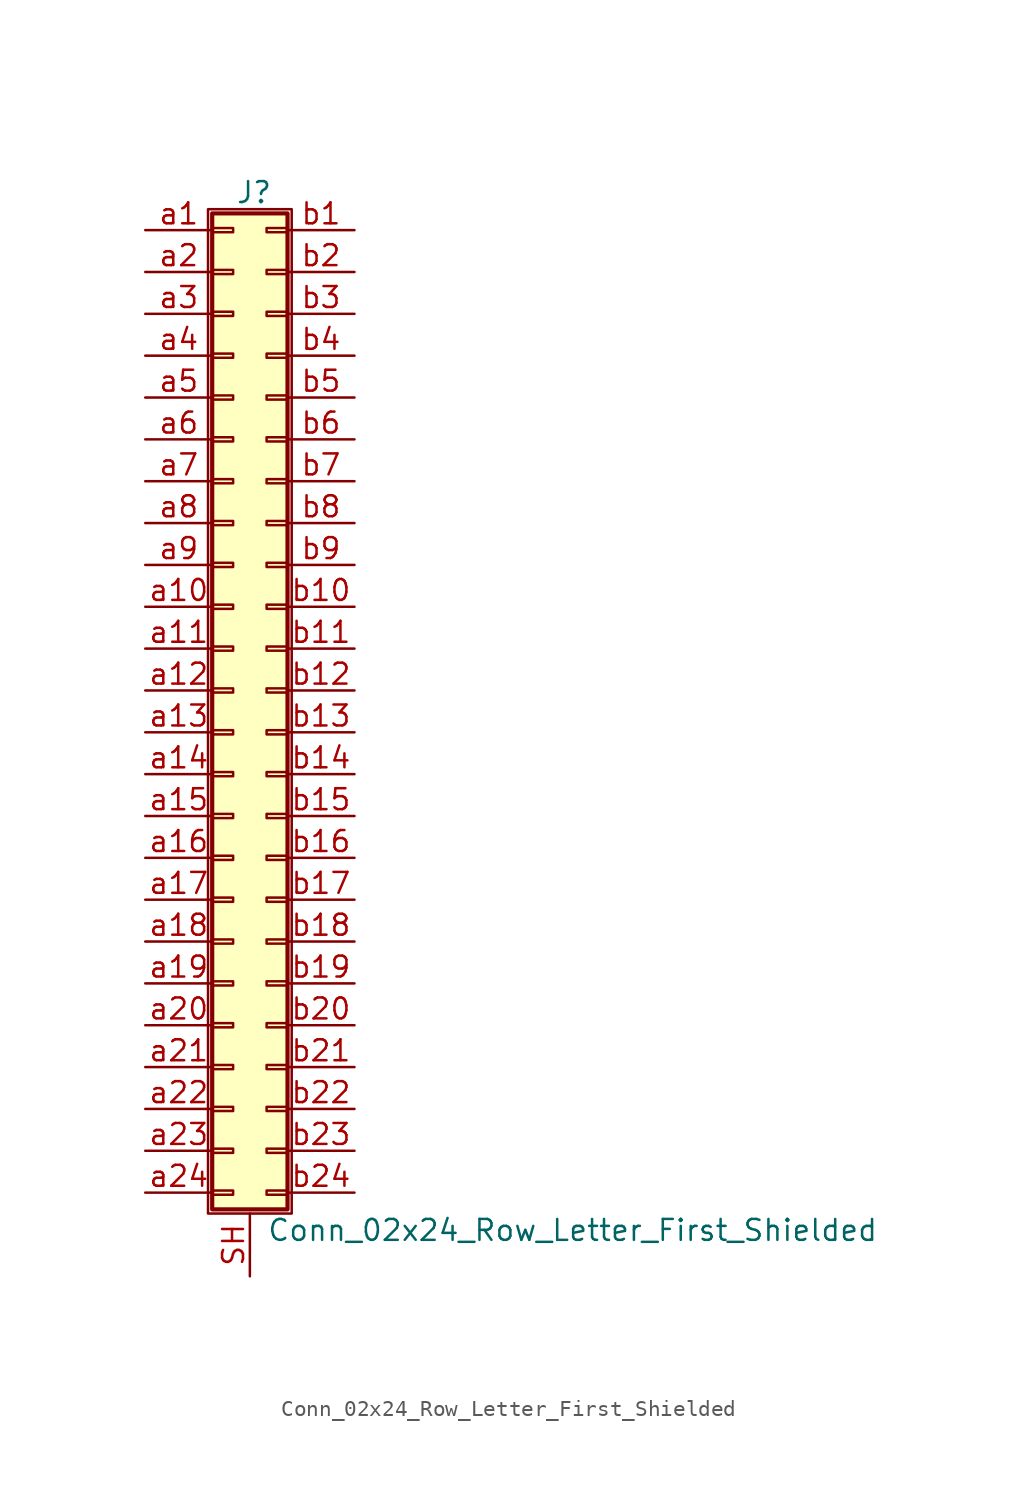
<source format=kicad_sym>
(kicad_symbol_lib
  (version 20211014)
  (generator kicad_symbol_editor)
  (symbol "Conn_02x24_Row_Letter_First_Shielded"
    (pin_names
      (offset 1.016) hide)
    (property "Reference" "J"
      (at 1.524 30.226 0)
      (effects (font (size 1.27 1.27))))
    (property "Value" "Conn_02x24_Row_Letter_First_Shielded"
      (at 2.286 -32.766 0)
      (effects (font (size 1.27 1.27)) (justify left)))
    (symbol "Conn_02x24_Row_Letter_First_Shielded_1_1"
      (rectangle (start -1.27 29.21) (end 3.81 -31.75) (stroke (width 0.152) (type default) (color 0 0 0 0)) (fill (type none)))
      (rectangle (start -1.016 -30.353) (end 0.254 -30.607) (stroke (width 0.152) (type default) (color 0 0 0 0)) (fill (type none)))
      (rectangle (start -1.016 -27.813) (end 0.254 -28.067) (stroke (width 0.152) (type default) (color 0 0 0 0)) (fill (type none)))
      (rectangle (start -1.016 -25.273) (end 0.254 -25.527) (stroke (width 0.152) (type default) (color 0 0 0 0)) (fill (type none)))
      (rectangle (start -1.016 -22.733) (end 0.254 -22.987) (stroke (width 0.152) (type default) (color 0 0 0 0)) (fill (type none)))
      (rectangle (start -1.016 -20.193) (end 0.254 -20.447) (stroke (width 0.152) (type default) (color 0 0 0 0)) (fill (type none)))
      (rectangle (start -1.016 -17.653) (end 0.254 -17.907) (stroke (width 0.152) (type default) (color 0 0 0 0)) (fill (type none)))
      (rectangle (start -1.016 -15.113) (end 0.254 -15.367) (stroke (width 0.152) (type default) (color 0 0 0 0)) (fill (type none)))
      (rectangle (start -1.016 -12.573) (end 0.254 -12.827) (stroke (width 0.152) (type default) (color 0 0 0 0)) (fill (type none)))
      (rectangle (start -1.016 -10.033) (end 0.254 -10.287) (stroke (width 0.152) (type default) (color 0 0 0 0)) (fill (type none)))
      (rectangle (start -1.016 -7.493) (end 0.254 -7.747) (stroke (width 0.152) (type default) (color 0 0 0 0)) (fill (type none)))
      (rectangle (start -1.016 -4.953) (end 0.254 -5.207) (stroke (width 0.152) (type default) (color 0 0 0 0)) (fill (type none)))
      (rectangle (start -1.016 -2.413) (end 0.254 -2.667) (stroke (width 0.152) (type default) (color 0 0 0 0)) (fill (type none)))
      (rectangle (start -1.016 0.127) (end 0.254 -0.127) (stroke (width 0.152) (type default) (color 0 0 0 0)) (fill (type none)))
      (rectangle (start -1.016 2.667) (end 0.254 2.413) (stroke (width 0.152) (type default) (color 0 0 0 0)) (fill (type none)))
      (rectangle (start -1.016 5.207) (end 0.254 4.953) (stroke (width 0.152) (type default) (color 0 0 0 0)) (fill (type none)))
      (rectangle (start -1.016 7.747) (end 0.254 7.493) (stroke (width 0.152) (type default) (color 0 0 0 0)) (fill (type none)))
      (rectangle (start -1.016 10.287) (end 0.254 10.033) (stroke (width 0.152) (type default) (color 0 0 0 0)) (fill (type none)))
      (rectangle (start -1.016 12.827) (end 0.254 12.573) (stroke (width 0.152) (type default) (color 0 0 0 0)) (fill (type none)))
      (rectangle (start -1.016 15.367) (end 0.254 15.113) (stroke (width 0.152) (type default) (color 0 0 0 0)) (fill (type none)))
      (rectangle (start -1.016 17.907) (end 0.254 17.653) (stroke (width 0.152) (type default) (color 0 0 0 0)) (fill (type none)))
      (rectangle (start -1.016 20.447) (end 0.254 20.193) (stroke (width 0.152) (type default) (color 0 0 0 0)) (fill (type none)))
      (rectangle (start -1.016 22.987) (end 0.254 22.733) (stroke (width 0.152) (type default) (color 0 0 0 0)) (fill (type none)))
      (rectangle (start -1.016 25.527) (end 0.254 25.273) (stroke (width 0.152) (type default) (color 0 0 0 0)) (fill (type none)))
      (rectangle (start -1.016 28.067) (end 0.254 27.813) (stroke (width 0.152) (type default) (color 0 0 0 0)) (fill (type none)))
      (rectangle (start -1.016 28.956) (end 3.556 -31.496) (stroke (width 0.254) (type default) (color 0 0 0 0)) (fill (type background)))
      (rectangle (start 3.556 -30.353) (end 2.286 -30.607) (stroke (width 0.152) (type default) (color 0 0 0 0)) (fill (type none)))
      (rectangle (start 3.556 -27.813) (end 2.286 -28.067) (stroke (width 0.152) (type default) (color 0 0 0 0)) (fill (type none)))
      (rectangle (start 3.556 -25.273) (end 2.286 -25.527) (stroke (width 0.152) (type default) (color 0 0 0 0)) (fill (type none)))
      (rectangle (start 3.556 -22.733) (end 2.286 -22.987) (stroke (width 0.152) (type default) (color 0 0 0 0)) (fill (type none)))
      (rectangle (start 3.556 -20.193) (end 2.286 -20.447) (stroke (width 0.152) (type default) (color 0 0 0 0)) (fill (type none)))
      (rectangle (start 3.556 -17.653) (end 2.286 -17.907) (stroke (width 0.152) (type default) (color 0 0 0 0)) (fill (type none)))
      (rectangle (start 3.556 -15.113) (end 2.286 -15.367) (stroke (width 0.152) (type default) (color 0 0 0 0)) (fill (type none)))
      (rectangle (start 3.556 -12.573) (end 2.286 -12.827) (stroke (width 0.152) (type default) (color 0 0 0 0)) (fill (type none)))
      (rectangle (start 3.556 -10.033) (end 2.286 -10.287) (stroke (width 0.152) (type default) (color 0 0 0 0)) (fill (type none)))
      (rectangle (start 3.556 -7.493) (end 2.286 -7.747) (stroke (width 0.152) (type default) (color 0 0 0 0)) (fill (type none)))
      (rectangle (start 3.556 -4.953) (end 2.286 -5.207) (stroke (width 0.152) (type default) (color 0 0 0 0)) (fill (type none)))
      (rectangle (start 3.556 -2.413) (end 2.286 -2.667) (stroke (width 0.152) (type default) (color 0 0 0 0)) (fill (type none)))
      (rectangle (start 3.556 0.127) (end 2.286 -0.127) (stroke (width 0.152) (type default) (color 0 0 0 0)) (fill (type none)))
      (rectangle (start 3.556 2.667) (end 2.286 2.413) (stroke (width 0.152) (type default) (color 0 0 0 0)) (fill (type none)))
      (rectangle (start 3.556 5.207) (end 2.286 4.953) (stroke (width 0.152) (type default) (color 0 0 0 0)) (fill (type none)))
      (rectangle (start 3.556 7.747) (end 2.286 7.493) (stroke (width 0.152) (type default) (color 0 0 0 0)) (fill (type none)))
      (rectangle (start 3.556 10.287) (end 2.286 10.033) (stroke (width 0.152) (type default) (color 0 0 0 0)) (fill (type none)))
      (rectangle (start 3.556 12.827) (end 2.286 12.573) (stroke (width 0.152) (type default) (color 0 0 0 0)) (fill (type none)))
      (rectangle (start 3.556 15.367) (end 2.286 15.113) (stroke (width 0.152) (type default) (color 0 0 0 0)) (fill (type none)))
      (rectangle (start 3.556 17.907) (end 2.286 17.653) (stroke (width 0.152) (type default) (color 0 0 0 0)) (fill (type none)))
      (rectangle (start 3.556 20.447) (end 2.286 20.193) (stroke (width 0.152) (type default) (color 0 0 0 0)) (fill (type none)))
      (rectangle (start 3.556 22.987) (end 2.286 22.733) (stroke (width 0.152) (type default) (color 0 0 0 0)) (fill (type none)))
      (rectangle (start 3.556 25.527) (end 2.286 25.273) (stroke (width 0.152) (type default) (color 0 0 0 0)) (fill (type none)))
      (rectangle (start 3.556 28.067) (end 2.286 27.813) (stroke (width 0.152) (type default) (color 0 0 0 0)) (fill (type none)))
      (pin passive line (at 1.27 -35.56 90) (length 3.81) (name "Shield" (effects (font (size 1.27 1.27)))) (number "SH" (effects (font (size 1.27 1.27)))))
      (pin passive line (at -5.08 27.94 0) (length 4.064) (name "Pin_a1" (effects (font (size 1.27 1.27)))) (number "a1" (effects (font (size 1.27 1.27)))))
      (pin passive line (at -5.08 5.08 0) (length 4.064) (name "Pin_a10" (effects (font (size 1.27 1.27)))) (number "a10" (effects (font (size 1.27 1.27)))))
      (pin passive line (at -5.08 2.54 0) (length 4.064) (name "Pin_a11" (effects (font (size 1.27 1.27)))) (number "a11" (effects (font (size 1.27 1.27)))))
      (pin passive line (at -5.08 0 0) (length 4.064) (name "Pin_a12" (effects (font (size 1.27 1.27)))) (number "a12" (effects (font (size 1.27 1.27)))))
      (pin passive line (at -5.08 -2.54 0) (length 4.064) (name "Pin_a13" (effects (font (size 1.27 1.27)))) (number "a13" (effects (font (size 1.27 1.27)))))
      (pin passive line (at -5.08 -5.08 0) (length 4.064) (name "Pin_a14" (effects (font (size 1.27 1.27)))) (number "a14" (effects (font (size 1.27 1.27)))))
      (pin passive line (at -5.08 -7.62 0) (length 4.064) (name "Pin_a15" (effects (font (size 1.27 1.27)))) (number "a15" (effects (font (size 1.27 1.27)))))
      (pin passive line (at -5.08 -10.16 0) (length 4.064) (name "Pin_a16" (effects (font (size 1.27 1.27)))) (number "a16" (effects (font (size 1.27 1.27)))))
      (pin passive line (at -5.08 -12.7 0) (length 4.064) (name "Pin_a17" (effects (font (size 1.27 1.27)))) (number "a17" (effects (font (size 1.27 1.27)))))
      (pin passive line (at -5.08 -15.24 0) (length 4.064) (name "Pin_a18" (effects (font (size 1.27 1.27)))) (number "a18" (effects (font (size 1.27 1.27)))))
      (pin passive line (at -5.08 -17.78 0) (length 4.064) (name "Pin_a19" (effects (font (size 1.27 1.27)))) (number "a19" (effects (font (size 1.27 1.27)))))
      (pin passive line (at -5.08 25.4 0) (length 4.064) (name "Pin_a2" (effects (font (size 1.27 1.27)))) (number "a2" (effects (font (size 1.27 1.27)))))
      (pin passive line (at -5.08 -20.32 0) (length 4.064) (name "Pin_a20" (effects (font (size 1.27 1.27)))) (number "a20" (effects (font (size 1.27 1.27)))))
      (pin passive line (at -5.08 -22.86 0) (length 4.064) (name "Pin_a21" (effects (font (size 1.27 1.27)))) (number "a21" (effects (font (size 1.27 1.27)))))
      (pin passive line (at -5.08 -25.4 0) (length 4.064) (name "Pin_a22" (effects (font (size 1.27 1.27)))) (number "a22" (effects (font (size 1.27 1.27)))))
      (pin passive line (at -5.08 -27.94 0) (length 4.064) (name "Pin_a23" (effects (font (size 1.27 1.27)))) (number "a23" (effects (font (size 1.27 1.27)))))
      (pin passive line (at -5.08 -30.48 0) (length 4.064) (name "Pin_a24" (effects (font (size 1.27 1.27)))) (number "a24" (effects (font (size 1.27 1.27)))))
      (pin passive line (at -5.08 22.86 0) (length 4.064) (name "Pin_a3" (effects (font (size 1.27 1.27)))) (number "a3" (effects (font (size 1.27 1.27)))))
      (pin passive line (at -5.08 20.32 0) (length 4.064) (name "Pin_a4" (effects (font (size 1.27 1.27)))) (number "a4" (effects (font (size 1.27 1.27)))))
      (pin passive line (at -5.08 17.78 0) (length 4.064) (name "Pin_a5" (effects (font (size 1.27 1.27)))) (number "a5" (effects (font (size 1.27 1.27)))))
      (pin passive line (at -5.08 15.24 0) (length 4.064) (name "Pin_a6" (effects (font (size 1.27 1.27)))) (number "a6" (effects (font (size 1.27 1.27)))))
      (pin passive line (at -5.08 12.7 0) (length 4.064) (name "Pin_a7" (effects (font (size 1.27 1.27)))) (number "a7" (effects (font (size 1.27 1.27)))))
      (pin passive line (at -5.08 10.16 0) (length 4.064) (name "Pin_a8" (effects (font (size 1.27 1.27)))) (number "a8" (effects (font (size 1.27 1.27)))))
      (pin passive line (at -5.08 7.62 0) (length 4.064) (name "Pin_a9" (effects (font (size 1.27 1.27)))) (number "a9" (effects (font (size 1.27 1.27)))))
      (pin passive line (at 7.62 27.94 180) (length 4.064) (name "Pin_b1" (effects (font (size 1.27 1.27)))) (number "b1" (effects (font (size 1.27 1.27)))))
      (pin passive line (at 7.62 5.08 180) (length 4.064) (name "Pin_b10" (effects (font (size 1.27 1.27)))) (number "b10" (effects (font (size 1.27 1.27)))))
      (pin passive line (at 7.62 2.54 180) (length 4.064) (name "Pin_b11" (effects (font (size 1.27 1.27)))) (number "b11" (effects (font (size 1.27 1.27)))))
      (pin passive line (at 7.62 0 180) (length 4.064) (name "Pin_b12" (effects (font (size 1.27 1.27)))) (number "b12" (effects (font (size 1.27 1.27)))))
      (pin passive line (at 7.62 -2.54 180) (length 4.064) (name "Pin_b13" (effects (font (size 1.27 1.27)))) (number "b13" (effects (font (size 1.27 1.27)))))
      (pin passive line (at 7.62 -5.08 180) (length 4.064) (name "Pin_b14" (effects (font (size 1.27 1.27)))) (number "b14" (effects (font (size 1.27 1.27)))))
      (pin passive line (at 7.62 -7.62 180) (length 4.064) (name "Pin_b15" (effects (font (size 1.27 1.27)))) (number "b15" (effects (font (size 1.27 1.27)))))
      (pin passive line (at 7.62 -10.16 180) (length 4.064) (name "Pin_b16" (effects (font (size 1.27 1.27)))) (number "b16" (effects (font (size 1.27 1.27)))))
      (pin passive line (at 7.62 -12.7 180) (length 4.064) (name "Pin_b17" (effects (font (size 1.27 1.27)))) (number "b17" (effects (font (size 1.27 1.27)))))
      (pin passive line (at 7.62 -15.24 180) (length 4.064) (name "Pin_b18" (effects (font (size 1.27 1.27)))) (number "b18" (effects (font (size 1.27 1.27)))))
      (pin passive line (at 7.62 -17.78 180) (length 4.064) (name "Pin_b19" (effects (font (size 1.27 1.27)))) (number "b19" (effects (font (size 1.27 1.27)))))
      (pin passive line (at 7.62 25.4 180) (length 4.064) (name "Pin_b2" (effects (font (size 1.27 1.27)))) (number "b2" (effects (font (size 1.27 1.27)))))
      (pin passive line (at 7.62 -20.32 180) (length 4.064) (name "Pin_b20" (effects (font (size 1.27 1.27)))) (number "b20" (effects (font (size 1.27 1.27)))))
      (pin passive line (at 7.62 -22.86 180) (length 4.064) (name "Pin_b21" (effects (font (size 1.27 1.27)))) (number "b21" (effects (font (size 1.27 1.27)))))
      (pin passive line (at 7.62 -25.4 180) (length 4.064) (name "Pin_b22" (effects (font (size 1.27 1.27)))) (number "b22" (effects (font (size 1.27 1.27)))))
      (pin passive line (at 7.62 -27.94 180) (length 4.064) (name "Pin_b23" (effects (font (size 1.27 1.27)))) (number "b23" (effects (font (size 1.27 1.27)))))
      (pin passive line (at 7.62 -30.48 180) (length 4.064) (name "Pin_b24" (effects (font (size 1.27 1.27)))) (number "b24" (effects (font (size 1.27 1.27)))))
      (pin passive line (at 7.62 22.86 180) (length 4.064) (name "Pin_b3" (effects (font (size 1.27 1.27)))) (number "b3" (effects (font (size 1.27 1.27)))))
      (pin passive line (at 7.62 20.32 180) (length 4.064) (name "Pin_b4" (effects (font (size 1.27 1.27)))) (number "b4" (effects (font (size 1.27 1.27)))))
      (pin passive line (at 7.62 17.78 180) (length 4.064) (name "Pin_b5" (effects (font (size 1.27 1.27)))) (number "b5" (effects (font (size 1.27 1.27)))))
      (pin passive line (at 7.62 15.24 180) (length 4.064) (name "Pin_b6" (effects (font (size 1.27 1.27)))) (number "b6" (effects (font (size 1.27 1.27)))))
      (pin passive line (at 7.62 12.7 180) (length 4.064) (name "Pin_b7" (effects (font (size 1.27 1.27)))) (number "b7" (effects (font (size 1.27 1.27)))))
      (pin passive line (at 7.62 10.16 180) (length 4.064) (name "Pin_b8" (effects (font (size 1.27 1.27)))) (number "b8" (effects (font (size 1.27 1.27)))))
      (pin passive line (at 7.62 7.62 180) (length 4.064) (name "Pin_b9" (effects (font (size 1.27 1.27)))) (number "b9" (effects (font (size 1.27 1.27))))))))
</source>
